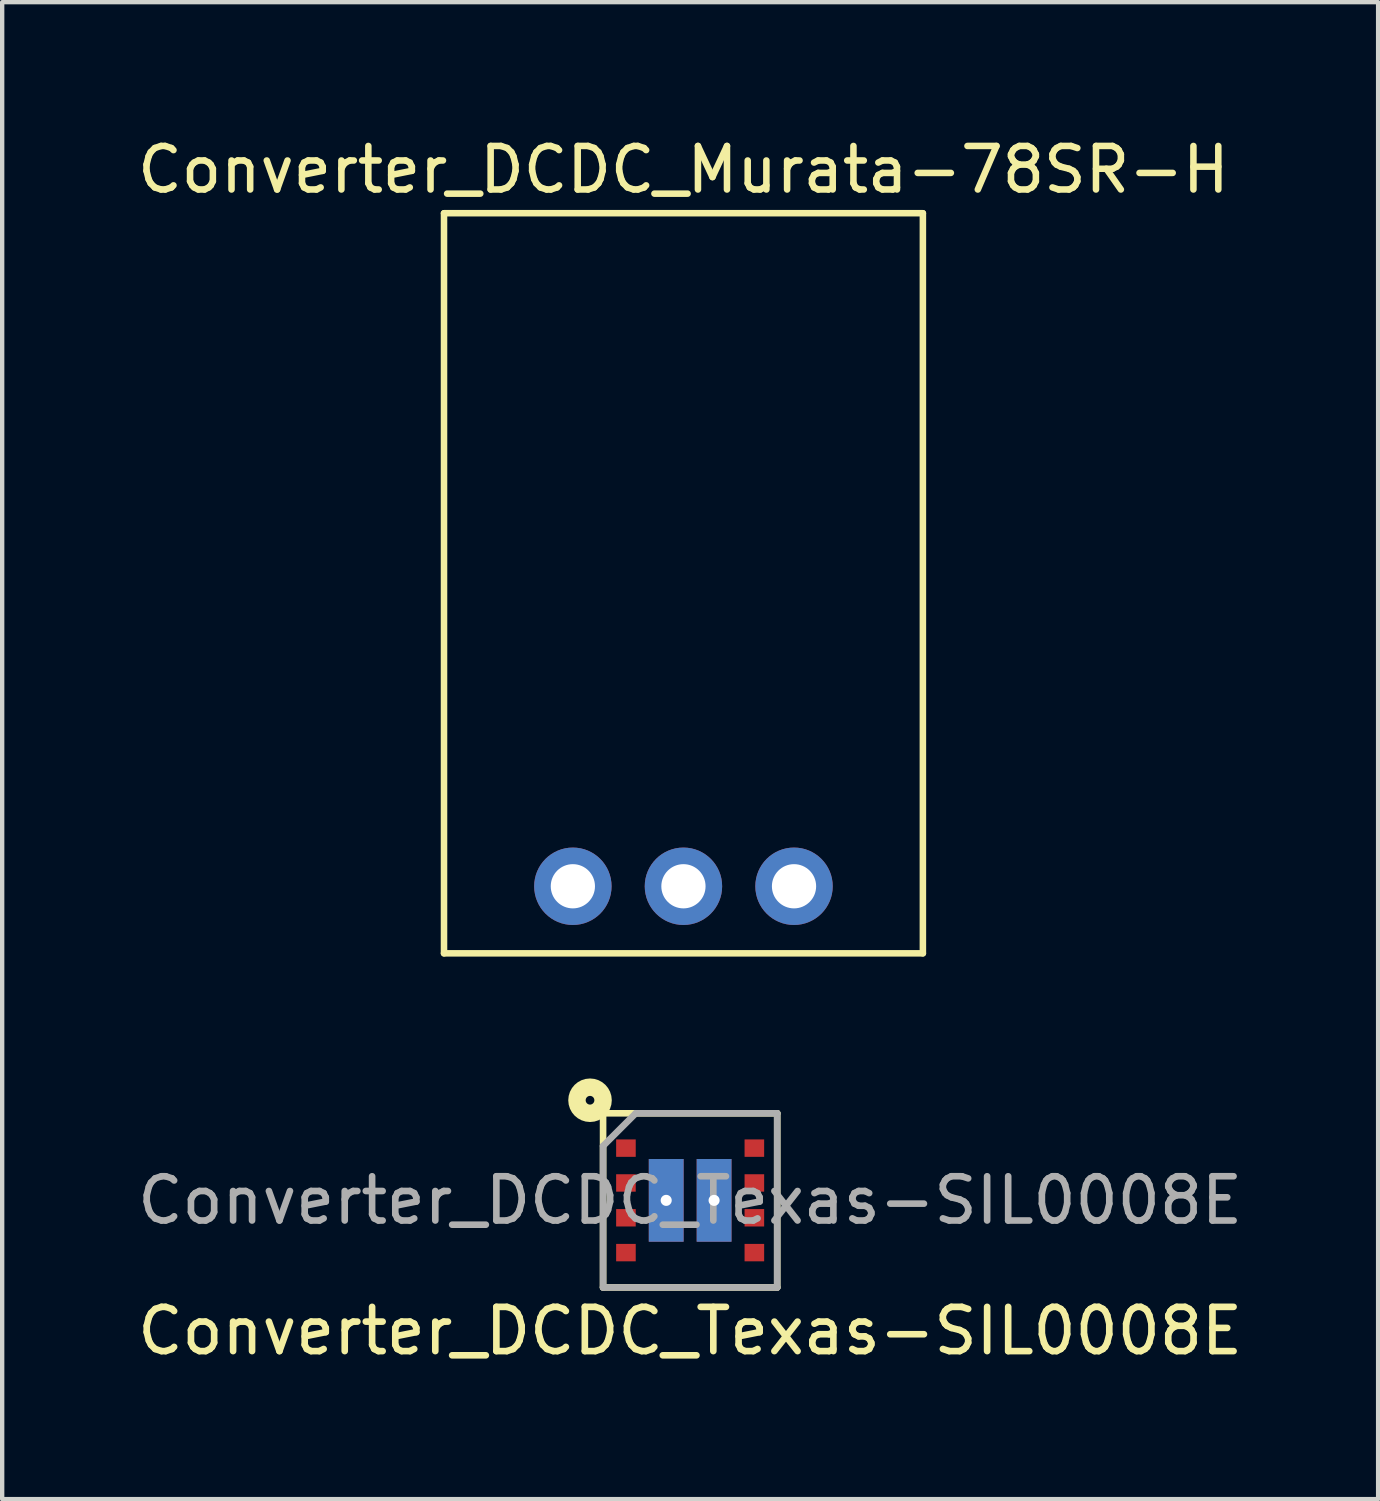
<source format=kicad_pcb>
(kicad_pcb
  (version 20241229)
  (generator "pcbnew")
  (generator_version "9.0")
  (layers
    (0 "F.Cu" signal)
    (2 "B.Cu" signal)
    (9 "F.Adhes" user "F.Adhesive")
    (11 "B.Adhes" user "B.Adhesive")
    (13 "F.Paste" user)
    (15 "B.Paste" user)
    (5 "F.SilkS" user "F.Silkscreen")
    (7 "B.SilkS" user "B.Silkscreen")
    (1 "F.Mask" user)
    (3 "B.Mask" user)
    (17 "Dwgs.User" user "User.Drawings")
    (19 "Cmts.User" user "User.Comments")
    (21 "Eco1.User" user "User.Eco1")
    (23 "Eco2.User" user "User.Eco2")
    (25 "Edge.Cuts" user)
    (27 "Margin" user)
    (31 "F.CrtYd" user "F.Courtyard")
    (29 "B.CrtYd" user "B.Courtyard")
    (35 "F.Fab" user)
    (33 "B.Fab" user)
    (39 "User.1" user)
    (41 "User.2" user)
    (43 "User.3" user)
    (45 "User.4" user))
  (footprint "Converter_DCDC_Texas-SIL0008E"
    (layer "F.Cu")
    (at 12.803 24.523)
    (property "Reference" "Converter_DCDC_Texas-SIL0008E" (at 0 3 0) (layer "F.SilkS") (effects (font (size 1.016 1.016) (thickness 0.152))))
    (attr smd)
    (fp_line (start -2 -2) (end 2 -2) (stroke (width 0.152) (type solid)) (layer "F.SilkS"))
    (fp_line (start -2 2) (end -2 -2) (stroke (width 0.152) (type solid)) (layer "F.SilkS"))
    (fp_line (start 2 -2) (end 2 2) (stroke (width 0.152) (type solid)) (layer "F.SilkS"))
    (fp_line (start 2 2) (end -2 2) (stroke (width 0.152) (type solid)) (layer "F.SilkS"))
    (fp_circle (center -2.3 -2.3) (end -2.2 -2.3) (stroke (width 0.4) (type solid)) (fill no) (layer "F.SilkS"))
    (fp_poly (pts (xy -0.94 -0.13) (xy -0.16 -0.13) (xy -0.16 -0.94) (xy -0.94 -0.94)) (stroke (width 0.001) (type solid)) (fill yes) (layer "F.Paste"))
    (fp_poly (pts (xy -0.94 0.13) (xy -0.16 0.13) (xy -0.16 0.94) (xy -0.94 0.94)) (stroke (width 0.001) (type solid)) (fill yes) (layer "F.Paste"))
    (fp_poly (pts (xy 0.16 -0.94) (xy 0.94 -0.94) (xy 0.94 -0.13) (xy 0.16 -0.13)) (stroke (width 0.001) (type solid)) (fill yes) (layer "F.Paste"))
    (fp_poly (pts (xy 0.16 0.13) (xy 0.94 0.13) (xy 0.94 0.94) (xy 0.16 0.94)) (stroke (width 0.001) (type solid)) (fill yes) (layer "F.Paste"))
    (fp_line (start -2 -1.25) (end -1.25 -2) (stroke (width 0.152) (type solid)) (layer "F.Fab"))
    (fp_line (start -2 2) (end -2 -1.25) (stroke (width 0.152) (type solid)) (layer "F.Fab"))
    (fp_line (start -1.25 -2) (end 2 -2) (stroke (width 0.152) (type solid)) (layer "F.Fab"))
    (fp_line (start 2 -2) (end 2 2) (stroke (width 0.152) (type solid)) (layer "F.Fab"))
    (fp_line (start 2 2) (end -2 2) (stroke (width 0.152) (type solid)) (layer "F.Fab"))
    (fp_text user "${REFERENCE}" (at 0 0 0) (layer "F.Fab") (effects (font (size 1.016 1.016) (thickness 0.152))))
    (pad "1" smd rect (at -1.475 -1.2) (size 0.45 0.4) (layers "F.Cu" "F.Mask" "F.Paste"))
    (pad "2" smd rect (at -1.475 -0.4) (size 0.45 0.4) (layers "F.Cu" "F.Mask" "F.Paste"))
    (pad "3" smd rect (at -1.475 0.4) (size 0.45 0.4) (layers "F.Cu" "F.Mask" "F.Paste"))
    (pad "4" smd rect (at -1.475 1.2) (size 0.45 0.4) (layers "F.Cu" "F.Mask" "F.Paste"))
    (pad "5" smd rect (at 1.475 1.2) (size 0.45 0.4) (layers "F.Cu" "F.Mask" "F.Paste"))
    (pad "6" smd rect (at 1.475 0.4) (size 0.45 0.4) (layers "F.Cu" "F.Mask" "F.Paste"))
    (pad "7" smd rect (at 1.475 -0.4) (size 0.45 0.4) (layers "F.Cu" "F.Mask" "F.Paste"))
    (pad "8" smd rect (at 1.475 -1.2) (size 0.45 0.4) (layers "F.Cu" "F.Mask" "F.Paste"))
    (pad "9" thru_hole rect (at -0.55 0) (size 0.8 1.9) (drill 0.254) (layers "*.Cu" "F.Mask" "F.Paste"))
    (pad "10" thru_hole rect (at 0.55 0) (size 0.8 1.9) (drill 0.254) (layers "*.Cu" "F.Mask" "F.Paste")))
  (footprint "Converter_DCDC_Murata-78SR-H"
    (layer "F.Cu")
    (at 12.649 17.348)
    (property "Reference" "Converter_DCDC_Murata-78SR-H" (at 0 -16.5 0) (layer "F.SilkS") (effects (font (size 1 1) (thickness 0.15))))
    (attr through_hole)
    (fp_line (start -5.5 -15.5) (end -5.5 1.5) (stroke (width 0.15) (type solid)) (layer "F.SilkS"))
    (fp_line (start -5.5 1.5) (end 5.5 1.5) (stroke (width 0.15) (type solid)) (layer "F.SilkS"))
    (fp_line (start 5.5 -15.5) (end -5.5 -15.5) (stroke (width 0.15) (type solid)) (layer "F.SilkS"))
    (fp_line (start 5.5 1.5) (end 5.5 -15.5) (stroke (width 0.15) (type solid)) (layer "F.SilkS"))
    (pad "1" thru_hole circle (at 2.54 -0.04) (size 1.778 1.778) (drill 1.016) (layers "*.Cu" "*.Mask"))
    (pad "2" thru_hole circle (at 0 -0.04) (size 1.778 1.778) (drill 1.016) (layers "*.Cu" "*.Mask"))
    (pad "3" thru_hole circle (at -2.54 -0.04) (size 1.778 1.778) (drill 1.016) (layers "*.Cu" "*.Mask")))
  (gr_rect
    (start -3 -3)
    (end 28.606 31.385)
    (stroke (width 0.1) (type default))
    (fill no)
    (layer "Edge.Cuts")))
</source>
